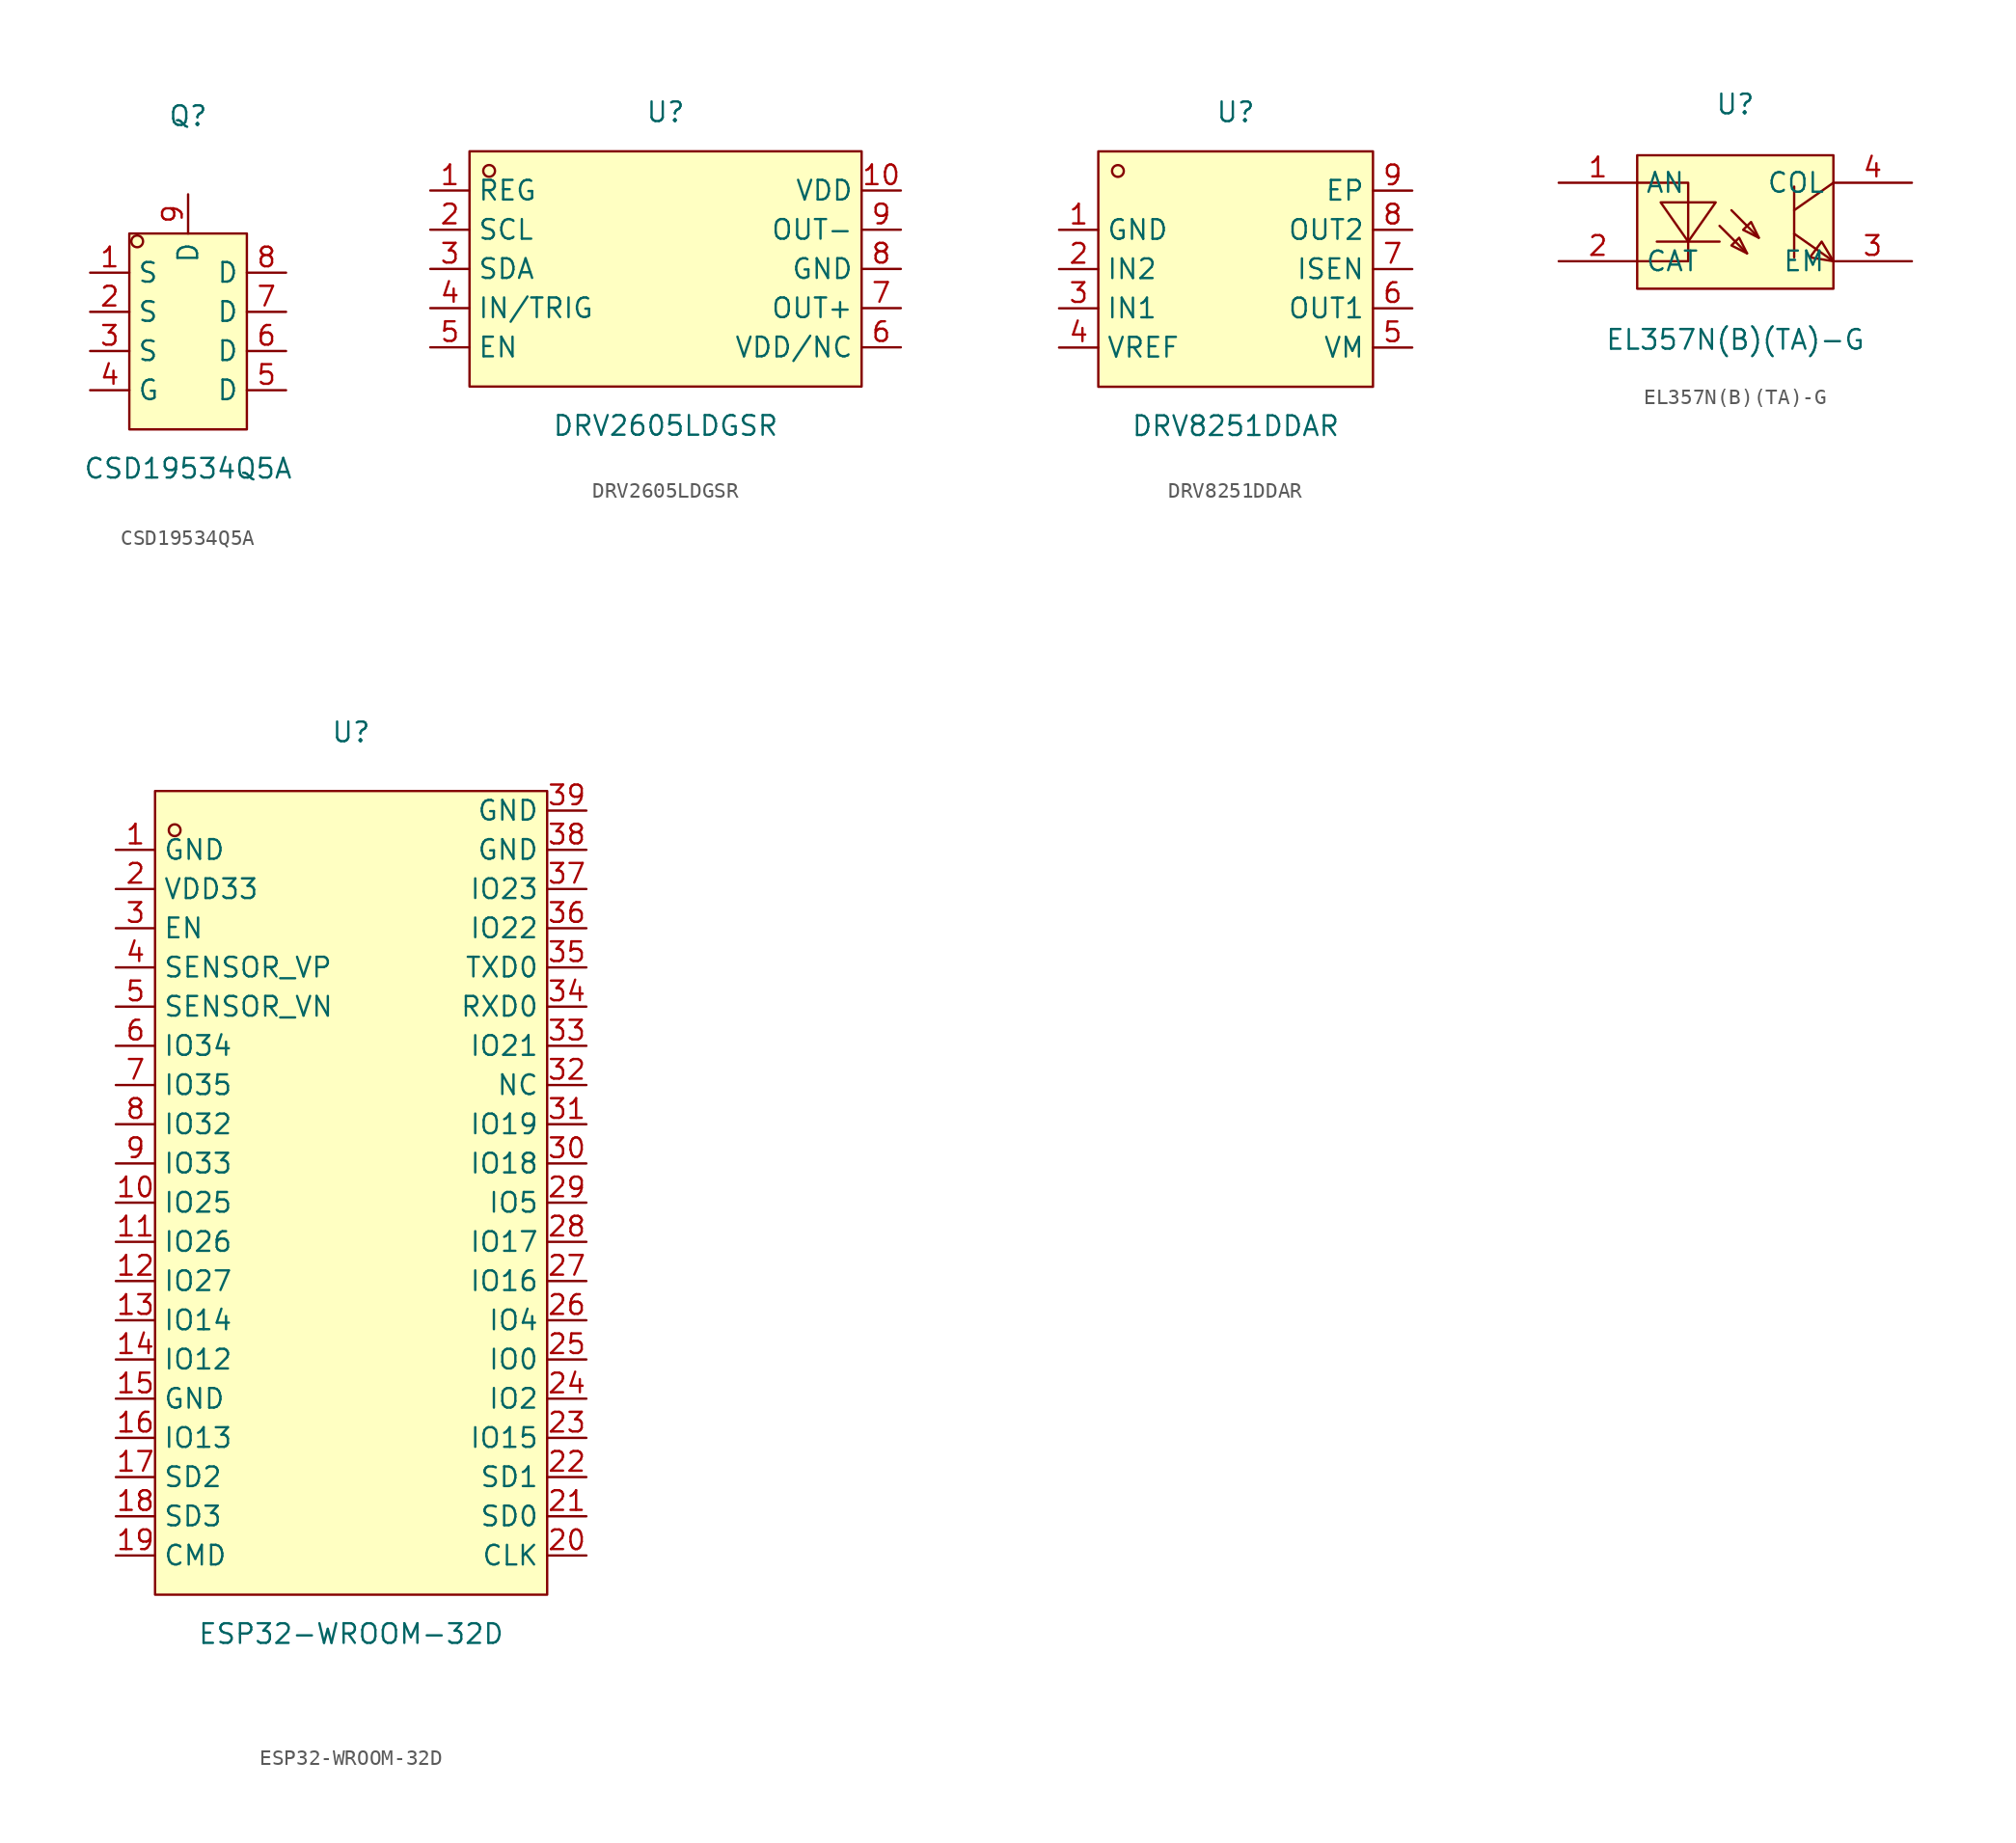
<source format=kicad_sym>
(kicad_symbol_lib
  (version 20231120)
  (generator "kicad_symbol_editor")
  (generator_version "8.0")
  (symbol "CSD19534Q5A"
    (property "Reference" "Q"
      (at 0 12.7 0)
      (effects (font (size 1.27 1.27))))
    (property "Value" "CSD19534Q5A"
      (at 0 -10.16 0)
      (effects (font (size 1.27 1.27))))
    (symbol "CSD19534Q5A_0_1"
      (rectangle (start -3.81 5.08) (end 3.81 -7.62) (stroke (width 0) (type default)) (fill (type background)))
      (circle (center -3.3 4.57) (radius 0.38) (stroke (width 0) (type default)) (fill (type none)))
      (pin unspecified line (at -6.35 2.54 0) (length 2.54) (name "S" (effects (font (size 1.27 1.27)))) (number "1" (effects (font (size 1.27 1.27)))))
      (pin unspecified line (at -6.35 0 0) (length 2.54) (name "S" (effects (font (size 1.27 1.27)))) (number "2" (effects (font (size 1.27 1.27)))))
      (pin unspecified line (at -6.35 -2.54 0) (length 2.54) (name "S" (effects (font (size 1.27 1.27)))) (number "3" (effects (font (size 1.27 1.27)))))
      (pin unspecified line (at -6.35 -5.08 0) (length 2.54) (name "G" (effects (font (size 1.27 1.27)))) (number "4" (effects (font (size 1.27 1.27)))))
      (pin unspecified line (at 6.35 -5.08 180) (length 2.54) (name "D" (effects (font (size 1.27 1.27)))) (number "5" (effects (font (size 1.27 1.27)))))
      (pin unspecified line (at 6.35 -2.54 180) (length 2.54) (name "D" (effects (font (size 1.27 1.27)))) (number "6" (effects (font (size 1.27 1.27)))))
      (pin unspecified line (at 6.35 0 180) (length 2.54) (name "D" (effects (font (size 1.27 1.27)))) (number "7" (effects (font (size 1.27 1.27)))))
      (pin unspecified line (at 6.35 2.54 180) (length 2.54) (name "D" (effects (font (size 1.27 1.27)))) (number "8" (effects (font (size 1.27 1.27)))))
      (pin unspecified line (at 0 7.62 270) (length 2.54) (name "D" (effects (font (size 1.27 1.27)))) (number "9" (effects (font (size 1.27 1.27)))))))
  (symbol "DRV2605LDGSR"
    (property "Reference" "U"
      (at 0 10.16 0)
      (effects (font (size 1.27 1.27))))
    (property "Value" "DRV2605LDGSR"
      (at 0 -10.16 0)
      (effects (font (size 1.27 1.27))))
    (symbol "DRV2605LDGSR_0_1"
      (rectangle (start -12.7 7.62) (end 12.7 -7.62) (stroke (width 0) (type default)) (fill (type background)))
      (circle (center -11.43 6.35) (radius 0.38) (stroke (width 0) (type default)) (fill (type none)))
      (pin unspecified line (at -15.24 5.08 0) (length 2.54) (name "REG" (effects (font (size 1.27 1.27)))) (number "1" (effects (font (size 1.27 1.27)))))
      (pin unspecified line (at 15.24 5.08 180) (length 2.54) (name "VDD" (effects (font (size 1.27 1.27)))) (number "10" (effects (font (size 1.27 1.27)))))
      (pin unspecified line (at -15.24 2.54 0) (length 2.54) (name "SCL" (effects (font (size 1.27 1.27)))) (number "2" (effects (font (size 1.27 1.27)))))
      (pin unspecified line (at -15.24 0 0) (length 2.54) (name "SDA" (effects (font (size 1.27 1.27)))) (number "3" (effects (font (size 1.27 1.27)))))
      (pin unspecified line (at -15.24 -2.54 0) (length 2.54) (name "IN/TRIG" (effects (font (size 1.27 1.27)))) (number "4" (effects (font (size 1.27 1.27)))))
      (pin unspecified line (at -15.24 -5.08 0) (length 2.54) (name "EN" (effects (font (size 1.27 1.27)))) (number "5" (effects (font (size 1.27 1.27)))))
      (pin unspecified line (at 15.24 -5.08 180) (length 2.54) (name "VDD/NC" (effects (font (size 1.27 1.27)))) (number "6" (effects (font (size 1.27 1.27)))))
      (pin unspecified line (at 15.24 -2.54 180) (length 2.54) (name "OUT+" (effects (font (size 1.27 1.27)))) (number "7" (effects (font (size 1.27 1.27)))))
      (pin unspecified line (at 15.24 0 180) (length 2.54) (name "GND" (effects (font (size 1.27 1.27)))) (number "8" (effects (font (size 1.27 1.27)))))
      (pin unspecified line (at 15.24 2.54 180) (length 2.54) (name "OUT-" (effects (font (size 1.27 1.27)))) (number "9" (effects (font (size 1.27 1.27)))))))
  (symbol "DRV8251DDAR"
    (property "Reference" "U"
      (at 0 10.16 0)
      (effects (font (size 1.27 1.27))))
    (property "Value" "DRV8251DDAR"
      (at 0 -10.16 0)
      (effects (font (size 1.27 1.27))))
    (symbol "DRV8251DDAR_0_1"
      (rectangle (start -8.89 7.62) (end 8.89 -7.62) (stroke (width 0) (type default)) (fill (type background)))
      (circle (center -7.62 6.35) (radius 0.38) (stroke (width 0) (type default)) (fill (type none)))
      (pin unspecified line (at -11.43 2.54 0) (length 2.54) (name "GND" (effects (font (size 1.27 1.27)))) (number "1" (effects (font (size 1.27 1.27)))))
      (pin unspecified line (at -11.43 0 0) (length 2.54) (name "IN2" (effects (font (size 1.27 1.27)))) (number "2" (effects (font (size 1.27 1.27)))))
      (pin unspecified line (at -11.43 -2.54 0) (length 2.54) (name "IN1" (effects (font (size 1.27 1.27)))) (number "3" (effects (font (size 1.27 1.27)))))
      (pin unspecified line (at -11.43 -5.08 0) (length 2.54) (name "VREF" (effects (font (size 1.27 1.27)))) (number "4" (effects (font (size 1.27 1.27)))))
      (pin unspecified line (at 11.43 -5.08 180) (length 2.54) (name "VM" (effects (font (size 1.27 1.27)))) (number "5" (effects (font (size 1.27 1.27)))))
      (pin unspecified line (at 11.43 -2.54 180) (length 2.54) (name "OUT1" (effects (font (size 1.27 1.27)))) (number "6" (effects (font (size 1.27 1.27)))))
      (pin unspecified line (at 11.43 0 180) (length 2.54) (name "ISEN" (effects (font (size 1.27 1.27)))) (number "7" (effects (font (size 1.27 1.27)))))
      (pin unspecified line (at 11.43 2.54 180) (length 2.54) (name "OUT2" (effects (font (size 1.27 1.27)))) (number "8" (effects (font (size 1.27 1.27)))))
      (pin unspecified line (at 11.43 5.08 180) (length 2.54) (name "EP" (effects (font (size 1.27 1.27)))) (number "9" (effects (font (size 1.27 1.27)))))))
  (symbol "EL357N(B)(TA)-G"
    (property "Reference" "U"
      (at 0 7.62 0)
      (effects (font (size 1.27 1.27))))
    (property "Value" "EL357N(B)(TA)-G"
      (at 0 -7.62 0)
      (effects (font (size 1.27 1.27))))
    (symbol "EL357N(B)(TA)-G_0_1"
      (rectangle (start -6.35 4.32) (end 6.35 -4.32) (stroke (width 0) (type default)) (fill (type background)))
      (polyline (pts (xy -1.02 -1.27) (xy -5.08 -1.27)) (stroke (width 0) (type default)) (fill (type none)))
      (polyline (pts (xy -1.02 -0.25) (xy 0.76 -2.03)) (stroke (width 0) (type default)) (fill (type none)))
      (polyline (pts (xy -0.25 0.76) (xy 1.52 -1.02)) (stroke (width 0) (type default)) (fill (type none)))
      (polyline (pts (xy 3.81 -0.76) (xy 6.35 -2.54)) (stroke (width 0) (type default)) (fill (type none)))
      (polyline (pts (xy 3.81 2.29) (xy 3.81 -2.29)) (stroke (width 0) (type default)) (fill (type none)))
      (polyline (pts (xy 6.35 2.54) (xy 3.81 0.76)) (stroke (width 0) (type default)) (fill (type none)))
      (polyline (pts (xy -6.35 2.54) (xy -3.05 2.54) (xy -3.05 -2.54) (xy -6.35 -2.54)) (stroke (width 0) (type default)) (fill (type none)))
      (polyline (pts (xy -4.83 1.27) (xy -3.05 -1.27) (xy -1.27 1.27) (xy -4.83 1.27)) (stroke (width 0) (type default)) (fill (type background)))
      (polyline (pts (xy 0.76 -2.03) (xy 0.25 -1.02) (xy -0.25 -1.52) (xy 0.76 -2.03)) (stroke (width 0) (type default)) (fill (type background)))
      (polyline (pts (xy 1.52 -1.02) (xy 1.02 0) (xy 0.51 -0.51) (xy 1.52 -1.02)) (stroke (width 0) (type default)) (fill (type background)))
      (polyline (pts (xy 6.35 -2.54) (xy 5.59 -1.27) (xy 4.83 -2.29) (xy 6.35 -2.54)) (stroke (width 0) (type default)) (fill (type background)))
      (pin unspecified line (at -11.43 2.54 0) (length 5.08) (name "AN" (effects (font (size 1.27 1.27)))) (number "1" (effects (font (size 1.27 1.27)))))
      (pin unspecified line (at -11.43 -2.54 0) (length 5.08) (name "CAT" (effects (font (size 1.27 1.27)))) (number "2" (effects (font (size 1.27 1.27)))))
      (pin unspecified line (at 11.43 -2.54 180) (length 5.08) (name "EM" (effects (font (size 1.27 1.27)))) (number "3" (effects (font (size 1.27 1.27)))))
      (pin unspecified line (at 11.43 2.54 180) (length 5.08) (name "COL" (effects (font (size 1.27 1.27)))) (number "4" (effects (font (size 1.27 1.27)))))))
  (symbol "ESP32-WROOM-32D"
    (property "Reference" "U"
      (at 0 30.48 0)
      (effects (font (size 1.27 1.27))))
    (property "Value" "ESP32-WROOM-32D"
      (at 0 -27.94 0)
      (effects (font (size 1.27 1.27))))
    (symbol "ESP32-WROOM-32D_0_1"
      (rectangle (start -12.7 26.67) (end 12.7 -25.4) (stroke (width 0) (type default)) (fill (type background)))
      (circle (center -11.43 24.13) (radius 0.38) (stroke (width 0) (type default)) (fill (type none)))
      (pin unspecified line (at -15.24 22.86 0) (length 2.54) (name "GND" (effects (font (size 1.27 1.27)))) (number "1" (effects (font (size 1.27 1.27)))))
      (pin unspecified line (at -15.24 0 0) (length 2.54) (name "IO25" (effects (font (size 1.27 1.27)))) (number "10" (effects (font (size 1.27 1.27)))))
      (pin unspecified line (at -15.24 -2.54 0) (length 2.54) (name "IO26" (effects (font (size 1.27 1.27)))) (number "11" (effects (font (size 1.27 1.27)))))
      (pin unspecified line (at -15.24 -5.08 0) (length 2.54) (name "IO27" (effects (font (size 1.27 1.27)))) (number "12" (effects (font (size 1.27 1.27)))))
      (pin unspecified line (at -15.24 -7.62 0) (length 2.54) (name "IO14" (effects (font (size 1.27 1.27)))) (number "13" (effects (font (size 1.27 1.27)))))
      (pin unspecified line (at -15.24 -10.16 0) (length 2.54) (name "IO12" (effects (font (size 1.27 1.27)))) (number "14" (effects (font (size 1.27 1.27)))))
      (pin unspecified line (at -15.24 -12.7 0) (length 2.54) (name "GND" (effects (font (size 1.27 1.27)))) (number "15" (effects (font (size 1.27 1.27)))))
      (pin unspecified line (at -15.24 -15.24 0) (length 2.54) (name "IO13" (effects (font (size 1.27 1.27)))) (number "16" (effects (font (size 1.27 1.27)))))
      (pin unspecified line (at -15.24 -17.78 0) (length 2.54) (name "SD2" (effects (font (size 1.27 1.27)))) (number "17" (effects (font (size 1.27 1.27)))))
      (pin unspecified line (at -15.24 -20.32 0) (length 2.54) (name "SD3" (effects (font (size 1.27 1.27)))) (number "18" (effects (font (size 1.27 1.27)))))
      (pin unspecified line (at -15.24 -22.86 0) (length 2.54) (name "CMD" (effects (font (size 1.27 1.27)))) (number "19" (effects (font (size 1.27 1.27)))))
      (pin unspecified line (at -15.24 20.32 0) (length 2.54) (name "VDD33" (effects (font (size 1.27 1.27)))) (number "2" (effects (font (size 1.27 1.27)))))
      (pin unspecified line (at 15.24 -22.86 180) (length 2.54) (name "CLK" (effects (font (size 1.27 1.27)))) (number "20" (effects (font (size 1.27 1.27)))))
      (pin unspecified line (at 15.24 -20.32 180) (length 2.54) (name "SD0" (effects (font (size 1.27 1.27)))) (number "21" (effects (font (size 1.27 1.27)))))
      (pin unspecified line (at 15.24 -17.78 180) (length 2.54) (name "SD1" (effects (font (size 1.27 1.27)))) (number "22" (effects (font (size 1.27 1.27)))))
      (pin unspecified line (at 15.24 -15.24 180) (length 2.54) (name "IO15" (effects (font (size 1.27 1.27)))) (number "23" (effects (font (size 1.27 1.27)))))
      (pin unspecified line (at 15.24 -12.7 180) (length 2.54) (name "IO2" (effects (font (size 1.27 1.27)))) (number "24" (effects (font (size 1.27 1.27)))))
      (pin unspecified line (at 15.24 -10.16 180) (length 2.54) (name "IO0" (effects (font (size 1.27 1.27)))) (number "25" (effects (font (size 1.27 1.27)))))
      (pin unspecified line (at 15.24 -7.62 180) (length 2.54) (name "IO4" (effects (font (size 1.27 1.27)))) (number "26" (effects (font (size 1.27 1.27)))))
      (pin unspecified line (at 15.24 -5.08 180) (length 2.54) (name "IO16" (effects (font (size 1.27 1.27)))) (number "27" (effects (font (size 1.27 1.27)))))
      (pin unspecified line (at 15.24 -2.54 180) (length 2.54) (name "IO17" (effects (font (size 1.27 1.27)))) (number "28" (effects (font (size 1.27 1.27)))))
      (pin unspecified line (at 15.24 0 180) (length 2.54) (name "IO5" (effects (font (size 1.27 1.27)))) (number "29" (effects (font (size 1.27 1.27)))))
      (pin unspecified line (at -15.24 17.78 0) (length 2.54) (name "EN" (effects (font (size 1.27 1.27)))) (number "3" (effects (font (size 1.27 1.27)))))
      (pin unspecified line (at 15.24 2.54 180) (length 2.54) (name "IO18" (effects (font (size 1.27 1.27)))) (number "30" (effects (font (size 1.27 1.27)))))
      (pin unspecified line (at 15.24 5.08 180) (length 2.54) (name "IO19" (effects (font (size 1.27 1.27)))) (number "31" (effects (font (size 1.27 1.27)))))
      (pin unspecified line (at 15.24 7.62 180) (length 2.54) (name "NC" (effects (font (size 1.27 1.27)))) (number "32" (effects (font (size 1.27 1.27)))))
      (pin unspecified line (at 15.24 10.16 180) (length 2.54) (name "IO21" (effects (font (size 1.27 1.27)))) (number "33" (effects (font (size 1.27 1.27)))))
      (pin unspecified line (at 15.24 12.7 180) (length 2.54) (name "RXD0" (effects (font (size 1.27 1.27)))) (number "34" (effects (font (size 1.27 1.27)))))
      (pin unspecified line (at 15.24 15.24 180) (length 2.54) (name "TXD0" (effects (font (size 1.27 1.27)))) (number "35" (effects (font (size 1.27 1.27)))))
      (pin unspecified line (at 15.24 17.78 180) (length 2.54) (name "IO22" (effects (font (size 1.27 1.27)))) (number "36" (effects (font (size 1.27 1.27)))))
      (pin unspecified line (at 15.24 20.32 180) (length 2.54) (name "IO23" (effects (font (size 1.27 1.27)))) (number "37" (effects (font (size 1.27 1.27)))))
      (pin unspecified line (at 15.24 22.86 180) (length 2.54) (name "GND" (effects (font (size 1.27 1.27)))) (number "38" (effects (font (size 1.27 1.27)))))
      (pin unspecified line (at 15.24 25.4 180) (length 2.54) (name "GND" (effects (font (size 1.27 1.27)))) (number "39" (effects (font (size 1.27 1.27)))))
      (pin unspecified line (at -15.24 15.24 0) (length 2.54) (name "SENSOR_VP" (effects (font (size 1.27 1.27)))) (number "4" (effects (font (size 1.27 1.27)))))
      (pin unspecified line (at -15.24 12.7 0) (length 2.54) (name "SENSOR_VN" (effects (font (size 1.27 1.27)))) (number "5" (effects (font (size 1.27 1.27)))))
      (pin unspecified line (at -15.24 10.16 0) (length 2.54) (name "IO34" (effects (font (size 1.27 1.27)))) (number "6" (effects (font (size 1.27 1.27)))))
      (pin unspecified line (at -15.24 7.62 0) (length 2.54) (name "IO35" (effects (font (size 1.27 1.27)))) (number "7" (effects (font (size 1.27 1.27)))))
      (pin unspecified line (at -15.24 5.08 0) (length 2.54) (name "IO32" (effects (font (size 1.27 1.27)))) (number "8" (effects (font (size 1.27 1.27)))))
      (pin unspecified line (at -15.24 2.54 0) (length 2.54) (name "IO33" (effects (font (size 1.27 1.27)))) (number "9" (effects (font (size 1.27 1.27))))))))
</source>
